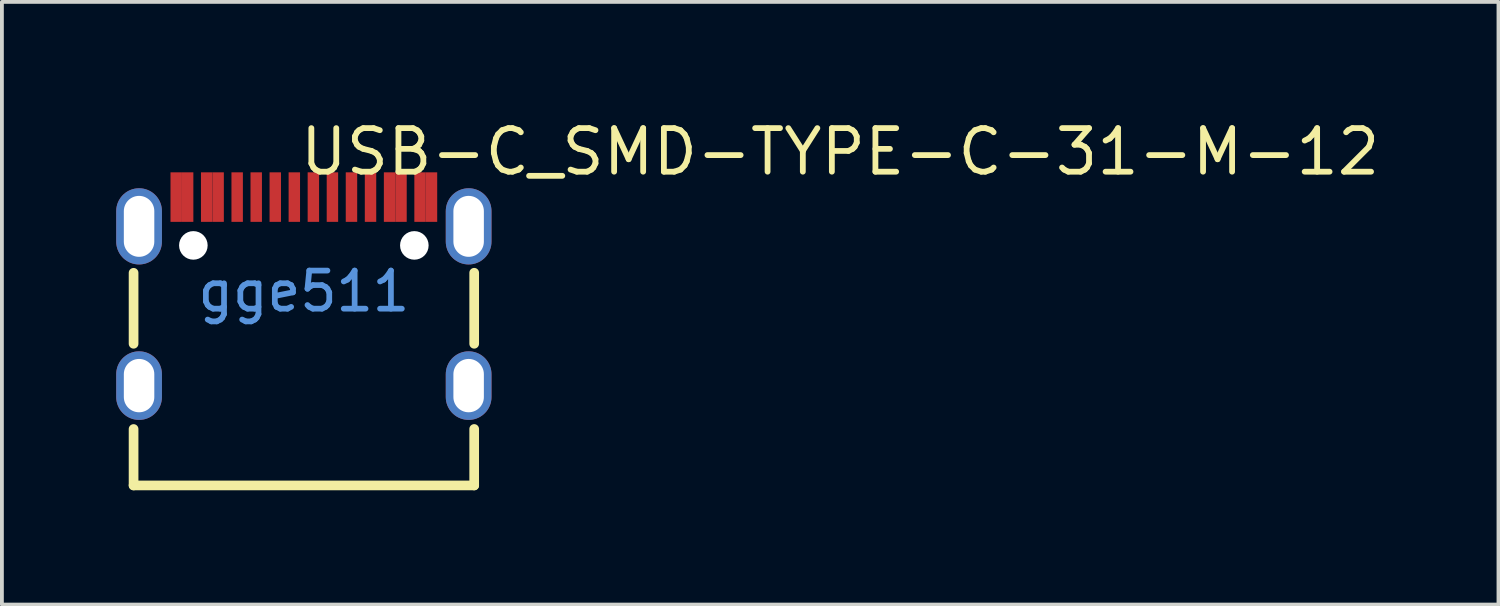
<source format=kicad_pcb>
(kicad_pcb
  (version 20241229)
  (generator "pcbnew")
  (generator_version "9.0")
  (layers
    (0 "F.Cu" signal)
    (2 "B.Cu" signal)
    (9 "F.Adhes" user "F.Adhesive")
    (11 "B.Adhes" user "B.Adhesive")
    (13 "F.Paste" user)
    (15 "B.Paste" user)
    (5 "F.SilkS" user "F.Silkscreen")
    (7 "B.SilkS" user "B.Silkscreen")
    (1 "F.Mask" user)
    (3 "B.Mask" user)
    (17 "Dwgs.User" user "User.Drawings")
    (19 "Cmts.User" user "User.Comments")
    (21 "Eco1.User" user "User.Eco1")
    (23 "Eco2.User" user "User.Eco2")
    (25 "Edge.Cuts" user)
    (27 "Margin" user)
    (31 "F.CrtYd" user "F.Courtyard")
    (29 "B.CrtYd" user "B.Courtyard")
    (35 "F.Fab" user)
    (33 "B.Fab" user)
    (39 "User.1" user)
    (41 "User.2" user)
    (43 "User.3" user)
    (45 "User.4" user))
  (footprint "USB-C_SMD-TYPE-C-31-M-12"
    (layer "F.Cu")
    (at 4.925 4.597)
    (property "Reference" "USB-C_SMD-TYPE-C-31-M-12" (at -0.175 -3.662 0) (layer "F.SilkS") (effects (font (size 1.143 1.143) (thickness 0.152)) (justify left)))
    (attr smd)
    (fp_line (start -4.469 1.376) (end -4.469 -0.487) (stroke (width 0.254) (type solid)) (layer "F.SilkS"))
    (fp_line (start -4.469 5.094) (end -4.469 3.613) (stroke (width 0.254) (type solid)) (layer "F.SilkS"))
    (fp_line (start 4.471 1.376) (end 4.471 -0.488) (stroke (width 0.254) (type solid)) (layer "F.SilkS"))
    (fp_line (start 4.471 5.094) (end -4.469 5.094) (stroke (width 0.254) (type solid)) (layer "F.SilkS"))
    (fp_line (start 4.471 5.094) (end 4.471 3.612) (stroke (width 0.254) (type solid)) (layer "F.SilkS"))
    (fp_poly (pts (xy -1.6 -1.824) (xy -1.6 -3.124) (xy -1.9 -3.124) (xy -1.9 -1.824)) (stroke (width 0) (type solid)) (fill yes) (layer "F.Paste"))
    (fp_poly (pts (xy -1.4 -3.124) (xy -1.4 -1.824) (xy -1.1 -1.824) (xy -1.1 -3.124)) (stroke (width 0) (type solid)) (fill yes) (layer "F.Paste"))
    (fp_poly (pts (xy -0.6 -1.824) (xy -0.6 -3.124) (xy -0.9 -3.124) (xy -0.9 -1.824)) (stroke (width 0) (type solid)) (fill yes) (layer "F.Paste"))
    (fp_poly (pts (xy -0.1 -1.824) (xy -0.1 -3.124) (xy -0.4 -3.124) (xy -0.4 -1.824)) (stroke (width 0) (type solid)) (fill yes) (layer "F.Paste"))
    (fp_poly (pts (xy 0.4 -1.824) (xy 0.4 -3.124) (xy 0.1 -3.124) (xy 0.1 -1.824)) (stroke (width 0) (type solid)) (fill yes) (layer "F.Paste"))
    (fp_poly (pts (xy 0.9 -1.824) (xy 0.9 -3.124) (xy 0.6 -3.124) (xy 0.6 -1.824)) (stroke (width 0) (type solid)) (fill yes) (layer "F.Paste"))
    (fp_poly (pts (xy 1.4 -1.824) (xy 1.4 -3.124) (xy 1.1 -3.124) (xy 1.1 -1.824)) (stroke (width 0) (type solid)) (fill yes) (layer "F.Paste"))
    (fp_poly (pts (xy 1.9 -1.824) (xy 1.9 -3.124) (xy 1.6 -3.124) (xy 1.6 -1.824)) (stroke (width 0) (type solid)) (fill yes) (layer "F.Paste"))
    (fp_poly (pts (xy -2.9 -1.824) (xy -2.9 -3.124) (xy -3.2 -3.124) (xy -3.5 -3.124) (xy -3.5 -1.824) (xy -3.2 -1.824)) (stroke (width 0) (type solid)) (fill yes) (layer "F.Paste"))
    (fp_poly (pts (xy -2.1 -1.824) (xy -2.1 -3.124) (xy -2.4 -3.124) (xy -2.7 -3.124) (xy -2.7 -1.824) (xy -2.4 -1.824)) (stroke (width 0) (type solid)) (fill yes) (layer "F.Paste"))
    (fp_poly (pts (xy 2.7 -1.824) (xy 2.7 -3.124) (xy 2.4 -3.124) (xy 2.1 -3.124) (xy 2.1 -1.824) (xy 2.4 -1.824)) (stroke (width 0) (type solid)) (fill yes) (layer "F.Paste"))
    (fp_poly (pts (xy 3.5 -1.824) (xy 3.5 -3.124) (xy 3.2 -3.124) (xy 2.9 -3.124) (xy 2.9 -1.824) (xy 3.2 -1.824)) (stroke (width 0) (type solid)) (fill yes) (layer "F.Paste"))
    (fp_poly (pts (xy -4.34 1.574) (xy -4.37 1.576) (xy -4.4 1.579) (xy -4.429 1.583) (xy -4.459 1.589) (xy -4.488 1.597) (xy -4.516 1.605) (xy -4.544 1.616) (xy -4.572 1.627) (xy -4.599 1.64) (xy -4.625 1.655) (xy -4.651 1.67) (xy -4.675 1.687) (xy -4.699 1.705) (xy -4.722 1.724) (xy -4.744 1.745) (xy -4.765 1.766) (xy -4.785 1.788) (xy -4.803 1.812) (xy -4.821 1.836) (xy -4.837 1.861) (xy -4.852 1.887) (xy -4.866 1.914) (xy -4.878 1.941) (xy -4.889 1.969) (xy -4.898 1.997) (xy -4.907 2.026) (xy -4.913 2.055) (xy -4.918 2.085) (xy -4.922 2.114) (xy -4.924 2.144) (xy -4.925 2.174) (xy -4.925 2.774) (xy -4.924 2.804) (xy -4.922 2.834) (xy -4.918 2.864) (xy -4.913 2.893) (xy -4.907 2.922) (xy -4.898 2.951) (xy -4.889 2.979) (xy -4.878 3.007) (xy -4.866 3.034) (xy -4.852 3.061) (xy -4.837 3.087) (xy -4.821 3.112) (xy -4.803 3.136) (xy -4.785 3.16) (xy -4.765 3.182) (xy -4.744 3.204) (xy -4.722 3.224) (xy -4.699 3.243) (xy -4.675 3.261) (xy -4.651 3.278) (xy -4.625 3.294) (xy -4.599 3.308) (xy -4.572 3.321) (xy -4.544 3.333) (xy -4.516 3.343) (xy -4.488 3.352) (xy -4.459 3.359) (xy -4.429 3.365) (xy -4.4 3.369) (xy -4.37 3.372) (xy -4.34 3.374) (xy -4.31 3.374) (xy -4.28 3.372) (xy -4.251 3.369) (xy -4.221 3.365) (xy -4.192 3.359) (xy -4.163 3.352) (xy -4.134 3.343) (xy -4.106 3.333) (xy -4.078 3.321) (xy -4.051 3.308) (xy -4.025 3.294) (xy -4 3.278) (xy -3.975 3.261) (xy -3.951 3.243) (xy -3.928 3.224) (xy -3.906 3.204) (xy -3.885 3.182) (xy -3.865 3.16) (xy -3.847 3.136) (xy -3.829 3.112) (xy -3.813 3.087) (xy -3.798 3.061) (xy -3.785 3.034) (xy -3.772 3.007) (xy -3.761 2.979) (xy -3.752 2.951) (xy -3.744 2.922) (xy -3.737 2.893) (xy -3.732 2.864) (xy -3.728 2.834) (xy -3.726 2.804) (xy -3.725 2.774) (xy -3.725 2.174) (xy -3.726 2.144) (xy -3.728 2.114) (xy -3.732 2.085) (xy -3.737 2.055) (xy -3.744 2.026) (xy -3.752 1.997) (xy -3.761 1.969) (xy -3.772 1.941) (xy -3.785 1.914) (xy -3.798 1.887) (xy -3.813 1.861) (xy -3.829 1.836) (xy -3.847 1.812) (xy -3.865 1.788) (xy -3.885 1.766) (xy -3.906 1.745) (xy -3.928 1.724) (xy -3.951 1.705) (xy -3.975 1.687) (xy -4 1.67) (xy -4.025 1.655) (xy -4.051 1.64) (xy -4.078 1.627) (xy -4.106 1.616) (xy -4.134 1.605) (xy -4.163 1.597) (xy -4.192 1.589) (xy -4.221 1.583) (xy -4.251 1.579) (xy -4.28 1.576) (xy -4.31 1.574)) (stroke (width 0) (type solid)) (fill yes) (layer "F.Paste"))
    (fp_poly (pts (xy -4.28 -2.704) (xy -4.31 -2.706) (xy -4.34 -2.706) (xy -4.37 -2.704) (xy -4.4 -2.701) (xy -4.429 -2.697) (xy -4.459 -2.691) (xy -4.488 -2.683) (xy -4.516 -2.675) (xy -4.544 -2.664) (xy -4.572 -2.653) (xy -4.599 -2.64) (xy -4.625 -2.625) (xy -4.651 -2.61) (xy -4.675 -2.593) (xy -4.699 -2.575) (xy -4.722 -2.556) (xy -4.744 -2.535) (xy -4.765 -2.514) (xy -4.785 -2.491) (xy -4.803 -2.468) (xy -4.821 -2.444) (xy -4.837 -2.419) (xy -4.852 -2.393) (xy -4.866 -2.366) (xy -4.878 -2.339) (xy -4.889 -2.311) (xy -4.898 -2.283) (xy -4.907 -2.254) (xy -4.913 -2.225) (xy -4.918 -2.195) (xy -4.922 -2.166) (xy -4.924 -2.136) (xy -4.925 -2.106) (xy -4.925 -1.306) (xy -4.924 -1.276) (xy -4.922 -1.246) (xy -4.918 -1.216) (xy -4.913 -1.187) (xy -4.907 -1.158) (xy -4.898 -1.129) (xy -4.889 -1.101) (xy -4.878 -1.073) (xy -4.866 -1.045) (xy -4.852 -1.019) (xy -4.837 -0.993) (xy -4.821 -0.968) (xy -4.803 -0.944) (xy -4.785 -0.92) (xy -4.765 -0.898) (xy -4.744 -0.876) (xy -4.722 -0.856) (xy -4.699 -0.837) (xy -4.675 -0.819) (xy -4.651 -0.802) (xy -4.625 -0.786) (xy -4.599 -0.772) (xy -4.572 -0.759) (xy -4.544 -0.747) (xy -4.516 -0.737) (xy -4.488 -0.728) (xy -4.459 -0.721) (xy -4.429 -0.715) (xy -4.4 -0.71) (xy -4.37 -0.707) (xy -4.34 -0.706) (xy -4.31 -0.706) (xy -4.28 -0.707) (xy -4.251 -0.71) (xy -4.221 -0.715) (xy -4.192 -0.721) (xy -4.163 -0.728) (xy -4.134 -0.737) (xy -4.106 -0.747) (xy -4.078 -0.759) (xy -4.051 -0.772) (xy -4.025 -0.786) (xy -4 -0.802) (xy -3.975 -0.819) (xy -3.951 -0.837) (xy -3.928 -0.856) (xy -3.906 -0.876) (xy -3.885 -0.898) (xy -3.865 -0.92) (xy -3.847 -0.944) (xy -3.829 -0.968) (xy -3.813 -0.993) (xy -3.798 -1.019) (xy -3.785 -1.045) (xy -3.772 -1.073) (xy -3.761 -1.101) (xy -3.752 -1.129) (xy -3.744 -1.158) (xy -3.737 -1.187) (xy -3.732 -1.216) (xy -3.728 -1.246) (xy -3.726 -1.276) (xy -3.725 -1.306) (xy -3.725 -2.106) (xy -3.726 -2.136) (xy -3.728 -2.166) (xy -3.732 -2.195) (xy -3.737 -2.225) (xy -3.744 -2.254) (xy -3.752 -2.283) (xy -3.761 -2.311) (xy -3.772 -2.339) (xy -3.785 -2.366) (xy -3.798 -2.393) (xy -3.813 -2.419) (xy -3.829 -2.444) (xy -3.847 -2.468) (xy -3.865 -2.491) (xy -3.885 -2.514) (xy -3.906 -2.535) (xy -3.928 -2.556) (xy -3.951 -2.575) (xy -3.975 -2.593) (xy -4 -2.61) (xy -4.025 -2.625) (xy -4.051 -2.64) (xy -4.078 -2.653) (xy -4.106 -2.664) (xy -4.134 -2.675) (xy -4.163 -2.683) (xy -4.192 -2.691) (xy -4.221 -2.697) (xy -4.251 -2.701)) (stroke (width 0) (type solid)) (fill yes) (layer "F.Paste"))
    (fp_poly (pts (xy 4.37 -2.704) (xy 4.34 -2.706) (xy 4.31 -2.706) (xy 4.28 -2.704) (xy 4.251 -2.701) (xy 4.221 -2.697) (xy 4.192 -2.691) (xy 4.163 -2.683) (xy 4.134 -2.675) (xy 4.106 -2.664) (xy 4.078 -2.653) (xy 4.051 -2.64) (xy 4.025 -2.625) (xy 4 -2.61) (xy 3.975 -2.593) (xy 3.951 -2.575) (xy 3.928 -2.556) (xy 3.906 -2.535) (xy 3.885 -2.514) (xy 3.865 -2.491) (xy 3.847 -2.468) (xy 3.829 -2.444) (xy 3.813 -2.419) (xy 3.798 -2.393) (xy 3.785 -2.366) (xy 3.772 -2.339) (xy 3.761 -2.311) (xy 3.752 -2.283) (xy 3.744 -2.254) (xy 3.737 -2.225) (xy 3.732 -2.195) (xy 3.728 -2.166) (xy 3.726 -2.136) (xy 3.725 -2.106) (xy 3.725 -1.306) (xy 3.726 -1.276) (xy 3.728 -1.246) (xy 3.732 -1.216) (xy 3.737 -1.187) (xy 3.744 -1.158) (xy 3.752 -1.129) (xy 3.761 -1.101) (xy 3.772 -1.073) (xy 3.785 -1.045) (xy 3.798 -1.019) (xy 3.813 -0.993) (xy 3.829 -0.968) (xy 3.847 -0.944) (xy 3.865 -0.92) (xy 3.885 -0.898) (xy 3.906 -0.876) (xy 3.928 -0.856) (xy 3.951 -0.837) (xy 3.975 -0.819) (xy 4 -0.802) (xy 4.025 -0.786) (xy 4.051 -0.772) (xy 4.078 -0.759) (xy 4.106 -0.747) (xy 4.134 -0.737) (xy 4.163 -0.728) (xy 4.192 -0.721) (xy 4.221 -0.715) (xy 4.251 -0.71) (xy 4.28 -0.707) (xy 4.31 -0.706) (xy 4.34 -0.706) (xy 4.37 -0.707) (xy 4.4 -0.71) (xy 4.429 -0.715) (xy 4.459 -0.721) (xy 4.488 -0.728) (xy 4.516 -0.737) (xy 4.544 -0.747) (xy 4.572 -0.759) (xy 4.599 -0.772) (xy 4.625 -0.786) (xy 4.651 -0.802) (xy 4.675 -0.819) (xy 4.699 -0.837) (xy 4.722 -0.856) (xy 4.744 -0.876) (xy 4.765 -0.898) (xy 4.785 -0.92) (xy 4.803 -0.944) (xy 4.821 -0.968) (xy 4.837 -0.993) (xy 4.852 -1.019) (xy 4.866 -1.045) (xy 4.878 -1.073) (xy 4.889 -1.101) (xy 4.898 -1.129) (xy 4.907 -1.158) (xy 4.913 -1.187) (xy 4.918 -1.216) (xy 4.922 -1.246) (xy 4.924 -1.276) (xy 4.925 -1.306) (xy 4.925 -2.106) (xy 4.924 -2.136) (xy 4.922 -2.166) (xy 4.918 -2.195) (xy 4.913 -2.225) (xy 4.907 -2.254) (xy 4.898 -2.283) (xy 4.889 -2.311) (xy 4.878 -2.339) (xy 4.866 -2.366) (xy 4.852 -2.393) (xy 4.837 -2.419) (xy 4.821 -2.444) (xy 4.803 -2.468) (xy 4.785 -2.491) (xy 4.765 -2.514) (xy 4.744 -2.535) (xy 4.722 -2.556) (xy 4.699 -2.575) (xy 4.675 -2.593) (xy 4.651 -2.61) (xy 4.625 -2.625) (xy 4.599 -2.64) (xy 4.572 -2.653) (xy 4.544 -2.664) (xy 4.516 -2.675) (xy 4.488 -2.683) (xy 4.459 -2.691) (xy 4.429 -2.697) (xy 4.4 -2.701)) (stroke (width 0) (type solid)) (fill yes) (layer "F.Paste"))
    (fp_poly (pts (xy 4.37 1.576) (xy 4.34 1.574) (xy 4.31 1.574) (xy 4.28 1.576) (xy 4.251 1.579) (xy 4.221 1.583) (xy 4.192 1.589) (xy 4.163 1.597) (xy 4.134 1.605) (xy 4.106 1.616) (xy 4.078 1.627) (xy 4.051 1.64) (xy 4.025 1.655) (xy 4 1.67) (xy 3.975 1.687) (xy 3.951 1.705) (xy 3.928 1.724) (xy 3.906 1.745) (xy 3.885 1.766) (xy 3.865 1.788) (xy 3.847 1.812) (xy 3.829 1.836) (xy 3.813 1.861) (xy 3.798 1.887) (xy 3.785 1.914) (xy 3.772 1.941) (xy 3.761 1.969) (xy 3.752 1.997) (xy 3.744 2.026) (xy 3.737 2.055) (xy 3.732 2.085) (xy 3.728 2.114) (xy 3.726 2.144) (xy 3.725 2.174) (xy 3.725 2.774) (xy 3.726 2.804) (xy 3.728 2.834) (xy 3.732 2.864) (xy 3.737 2.893) (xy 3.744 2.922) (xy 3.752 2.951) (xy 3.761 2.979) (xy 3.772 3.007) (xy 3.785 3.034) (xy 3.798 3.061) (xy 3.813 3.087) (xy 3.829 3.112) (xy 3.847 3.136) (xy 3.865 3.16) (xy 3.885 3.182) (xy 3.906 3.204) (xy 3.928 3.224) (xy 3.951 3.243) (xy 3.975 3.261) (xy 4 3.278) (xy 4.025 3.294) (xy 4.051 3.308) (xy 4.078 3.321) (xy 4.106 3.333) (xy 4.134 3.343) (xy 4.163 3.352) (xy 4.192 3.359) (xy 4.221 3.365) (xy 4.251 3.369) (xy 4.28 3.372) (xy 4.31 3.374) (xy 4.34 3.374) (xy 4.37 3.372) (xy 4.4 3.369) (xy 4.429 3.365) (xy 4.459 3.359) (xy 4.488 3.352) (xy 4.516 3.343) (xy 4.544 3.333) (xy 4.572 3.321) (xy 4.599 3.308) (xy 4.625 3.294) (xy 4.651 3.278) (xy 4.675 3.261) (xy 4.699 3.243) (xy 4.722 3.224) (xy 4.744 3.204) (xy 4.765 3.182) (xy 4.785 3.16) (xy 4.803 3.136) (xy 4.821 3.112) (xy 4.837 3.087) (xy 4.852 3.061) (xy 4.866 3.034) (xy 4.878 3.007) (xy 4.889 2.979) (xy 4.898 2.951) (xy 4.907 2.922) (xy 4.913 2.893) (xy 4.918 2.864) (xy 4.922 2.834) (xy 4.924 2.804) (xy 4.925 2.774) (xy 4.925 2.174) (xy 4.924 2.144) (xy 4.922 2.114) (xy 4.918 2.085) (xy 4.913 2.055) (xy 4.907 2.026) (xy 4.898 1.997) (xy 4.889 1.969) (xy 4.878 1.941) (xy 4.866 1.914) (xy 4.852 1.887) (xy 4.837 1.861) (xy 4.821 1.836) (xy 4.803 1.812) (xy 4.785 1.788) (xy 4.765 1.766) (xy 4.744 1.745) (xy 4.722 1.724) (xy 4.699 1.705) (xy 4.675 1.687) (xy 4.651 1.67) (xy 4.625 1.655) (xy 4.599 1.64) (xy 4.572 1.627) (xy 4.544 1.616) (xy 4.516 1.605) (xy 4.488 1.597) (xy 4.459 1.589) (xy 4.429 1.583) (xy 4.4 1.579)) (stroke (width 0) (type solid)) (fill yes) (layer "F.Paste"))
    (fp_circle (center -2.9 -1.206) (end -2.775 -1.206) (stroke (width 0.25) (type solid)) (fill no) (layer "Cmts.User"))
    (fp_circle (center 2.9 -1.206) (end 3.025 -1.206) (stroke (width 0.25) (type solid)) (fill no) (layer "Cmts.User"))
    (fp_text user "gge511" (at 0 0 0) (layer "Cmts.User") (effects (font (size 1 1) (thickness 0.15))))
    (pad "" np_thru_hole circle (at -2.9 -1.206) (size 0.75 0.75) (drill 0.75) (layers "*.Cu" "*.Mask"))
    (pad "" np_thru_hole circle (at 2.9 -1.206) (size 0.75 0.75) (drill 0.75) (layers "*.Cu" "*.Mask"))
    (pad "0" thru_hole oval (at -4.325 -1.706) (size 1.2 2) (drill oval 0.8 1.6) (layers "*.Cu" "*.Paste" "*.Mask"))
    (pad "1" thru_hole oval (at 4.325 -1.706) (size 1.2 2) (drill oval 0.8 1.6) (layers "*.Cu" "*.Paste" "*.Mask"))
    (pad "2" thru_hole oval (at 4.325 2.474) (size 1.2 1.8) (drill oval 0.8 1.4) (layers "*.Cu" "*.Paste" "*.Mask"))
    (pad "3" thru_hole oval (at -4.325 2.474) (size 1.2 1.8) (drill oval 0.8 1.4) (layers "*.Cu" "*.Paste" "*.Mask"))
    (pad "A1" smd rect (at -3.35 -2.474) (size 0.3 1.3) (layers "F.Cu" "F.Mask" "F.Paste"))
    (pad "A4" smd rect (at -2.55 -2.474) (size 0.3 1.3) (layers "F.Cu" "F.Mask" "F.Paste"))
    (pad "A5" smd rect (at -1.25 -2.474) (size 0.3 1.3) (layers "F.Cu" "F.Mask" "F.Paste"))
    (pad "A6" smd rect (at -0.25 -2.474) (size 0.3 1.3) (layers "F.Cu" "F.Mask" "F.Paste"))
    (pad "A7" smd rect (at 0.25 -2.474) (size 0.3 1.3) (layers "F.Cu" "F.Mask" "F.Paste"))
    (pad "A8" smd rect (at 1.25 -2.474) (size 0.3 1.3) (layers "F.Cu" "F.Mask" "F.Paste"))
    (pad "A9" smd rect (at 2.55 -2.474) (size 0.3 1.3) (layers "F.Cu" "F.Mask" "F.Paste"))
    (pad "A12" smd rect (at 3.35 -2.474) (size 0.3 1.3) (layers "F.Cu" "F.Mask" "F.Paste"))
    (pad "B1" smd rect (at 3.05 -2.474) (size 0.3 1.3) (layers "F.Cu" "F.Mask" "F.Paste"))
    (pad "B4" smd rect (at 2.25 -2.474) (size 0.3 1.3) (layers "F.Cu" "F.Mask" "F.Paste"))
    (pad "B5" smd rect (at 1.75 -2.474) (size 0.3 1.3) (layers "F.Cu" "F.Mask" "F.Paste"))
    (pad "B6" smd rect (at 0.75 -2.474) (size 0.3 1.3) (layers "F.Cu" "F.Mask" "F.Paste"))
    (pad "B7" smd rect (at -0.75 -2.474) (size 0.3 1.3) (layers "F.Cu" "F.Mask" "F.Paste"))
    (pad "B8" smd rect (at -1.75 -2.474) (size 0.3 1.3) (layers "F.Cu" "F.Mask" "F.Paste"))
    (pad "B9" smd rect (at -2.25 -2.474) (size 0.3 1.3) (layers "F.Cu" "F.Mask" "F.Paste"))
    (pad "B12" smd rect (at -3.05 -2.474) (size 0.3 1.3) (layers "F.Cu" "F.Mask" "F.Paste")))
  (gr_rect
    (start -3 -3)
    (end 36.28 12.818)
    (stroke (width 0.1) (type default))
    (fill no)
    (layer "Edge.Cuts")))
</source>
